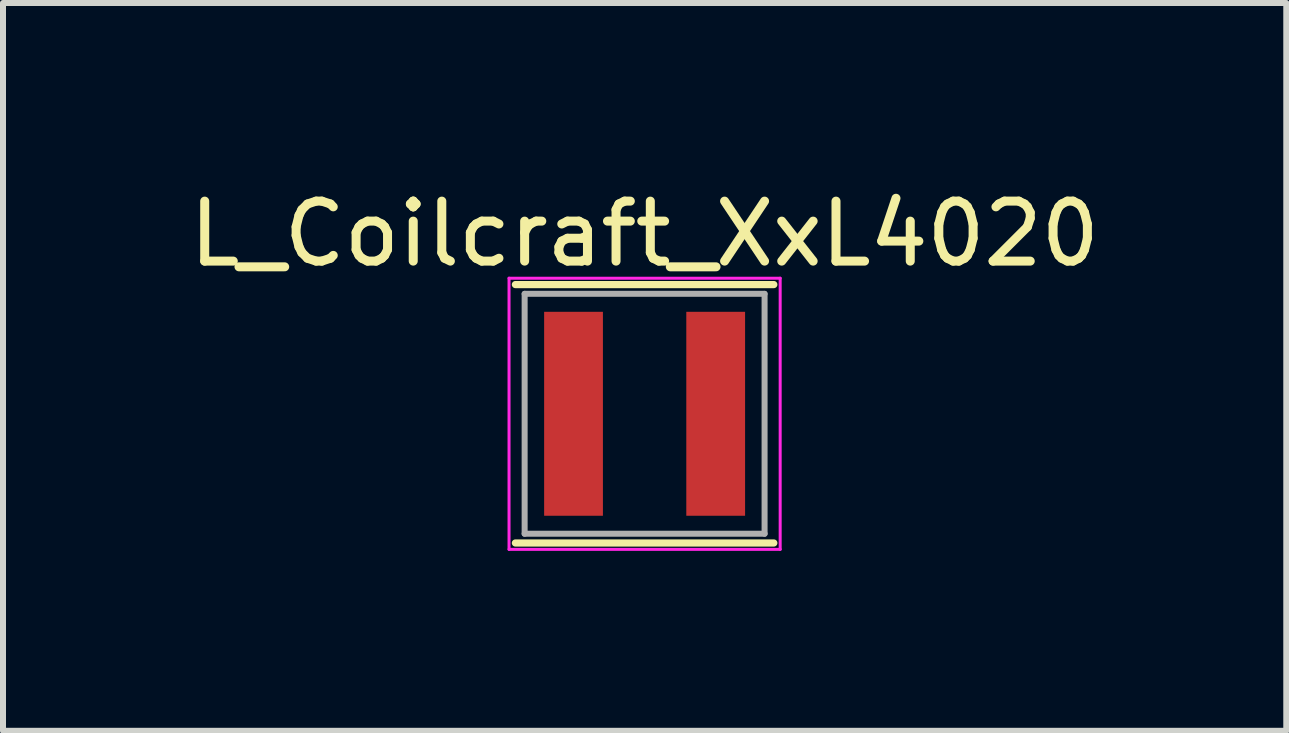
<source format=kicad_pcb>
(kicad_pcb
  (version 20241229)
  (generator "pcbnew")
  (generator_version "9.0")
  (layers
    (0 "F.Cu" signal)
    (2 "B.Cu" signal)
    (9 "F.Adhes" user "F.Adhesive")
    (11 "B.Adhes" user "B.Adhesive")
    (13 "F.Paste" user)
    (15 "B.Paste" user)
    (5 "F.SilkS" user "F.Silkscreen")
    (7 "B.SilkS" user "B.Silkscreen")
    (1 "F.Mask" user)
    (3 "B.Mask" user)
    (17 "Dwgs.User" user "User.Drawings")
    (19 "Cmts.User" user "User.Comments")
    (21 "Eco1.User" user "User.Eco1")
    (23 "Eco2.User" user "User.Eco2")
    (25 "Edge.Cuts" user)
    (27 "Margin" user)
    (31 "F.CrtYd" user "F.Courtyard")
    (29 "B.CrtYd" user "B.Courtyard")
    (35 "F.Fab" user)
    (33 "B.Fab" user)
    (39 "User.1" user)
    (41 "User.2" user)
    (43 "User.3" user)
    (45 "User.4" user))
  (footprint "L_Coilcraft_XxL4020"
    (layer "F.Cu")
    (at 7.696 3.848)
    (property "Reference" "L_Coilcraft_XxL4020" (at 0 -3 0) (layer "F.SilkS") (effects (font (size 1 1) (thickness 0.15))))
    (attr smd)
    (fp_line (start -2.154 -2.154) (end 2.154 -2.154) (stroke (width 0.12) (type solid)) (layer "F.SilkS"))
    (fp_line (start 2.154 2.154) (end -2.154 2.154) (stroke (width 0.12) (type solid)) (layer "F.SilkS"))
    (fp_line (start -2.26 -2.26) (end 2.26 -2.26) (stroke (width 0.05) (type solid)) (layer "F.CrtYd"))
    (fp_line (start -2.26 2.26) (end -2.26 -2.26) (stroke (width 0.05) (type solid)) (layer "F.CrtYd"))
    (fp_line (start 2.26 -2.26) (end 2.26 2.26) (stroke (width 0.05) (type solid)) (layer "F.CrtYd"))
    (fp_line (start 2.26 2.26) (end -2.26 2.26) (stroke (width 0.05) (type solid)) (layer "F.CrtYd"))
    (fp_line (start -2 -2) (end 2 -2) (stroke (width 0.1) (type solid)) (layer "F.Fab"))
    (fp_line (start -2 2) (end -2 -2) (stroke (width 0.1) (type solid)) (layer "F.Fab"))
    (fp_line (start 2 -2) (end 2 2) (stroke (width 0.1) (type solid)) (layer "F.Fab"))
    (fp_line (start 2 2) (end -2 2) (stroke (width 0.1) (type solid)) (layer "F.Fab"))
    (pad "1" smd rect (at -1.185 0) (size 0.98 3.4) (layers "F.Cu" "F.Mask" "F.Paste"))
    (pad "2" smd rect (at 1.185 0) (size 0.98 3.4) (layers "F.Cu" "F.Mask" "F.Paste")))
  (gr_rect
    (start -3 -3)
    (end 18.393 9.133)
    (stroke (width 0.1) (type default))
    (fill no)
    (layer "Edge.Cuts")))
</source>
